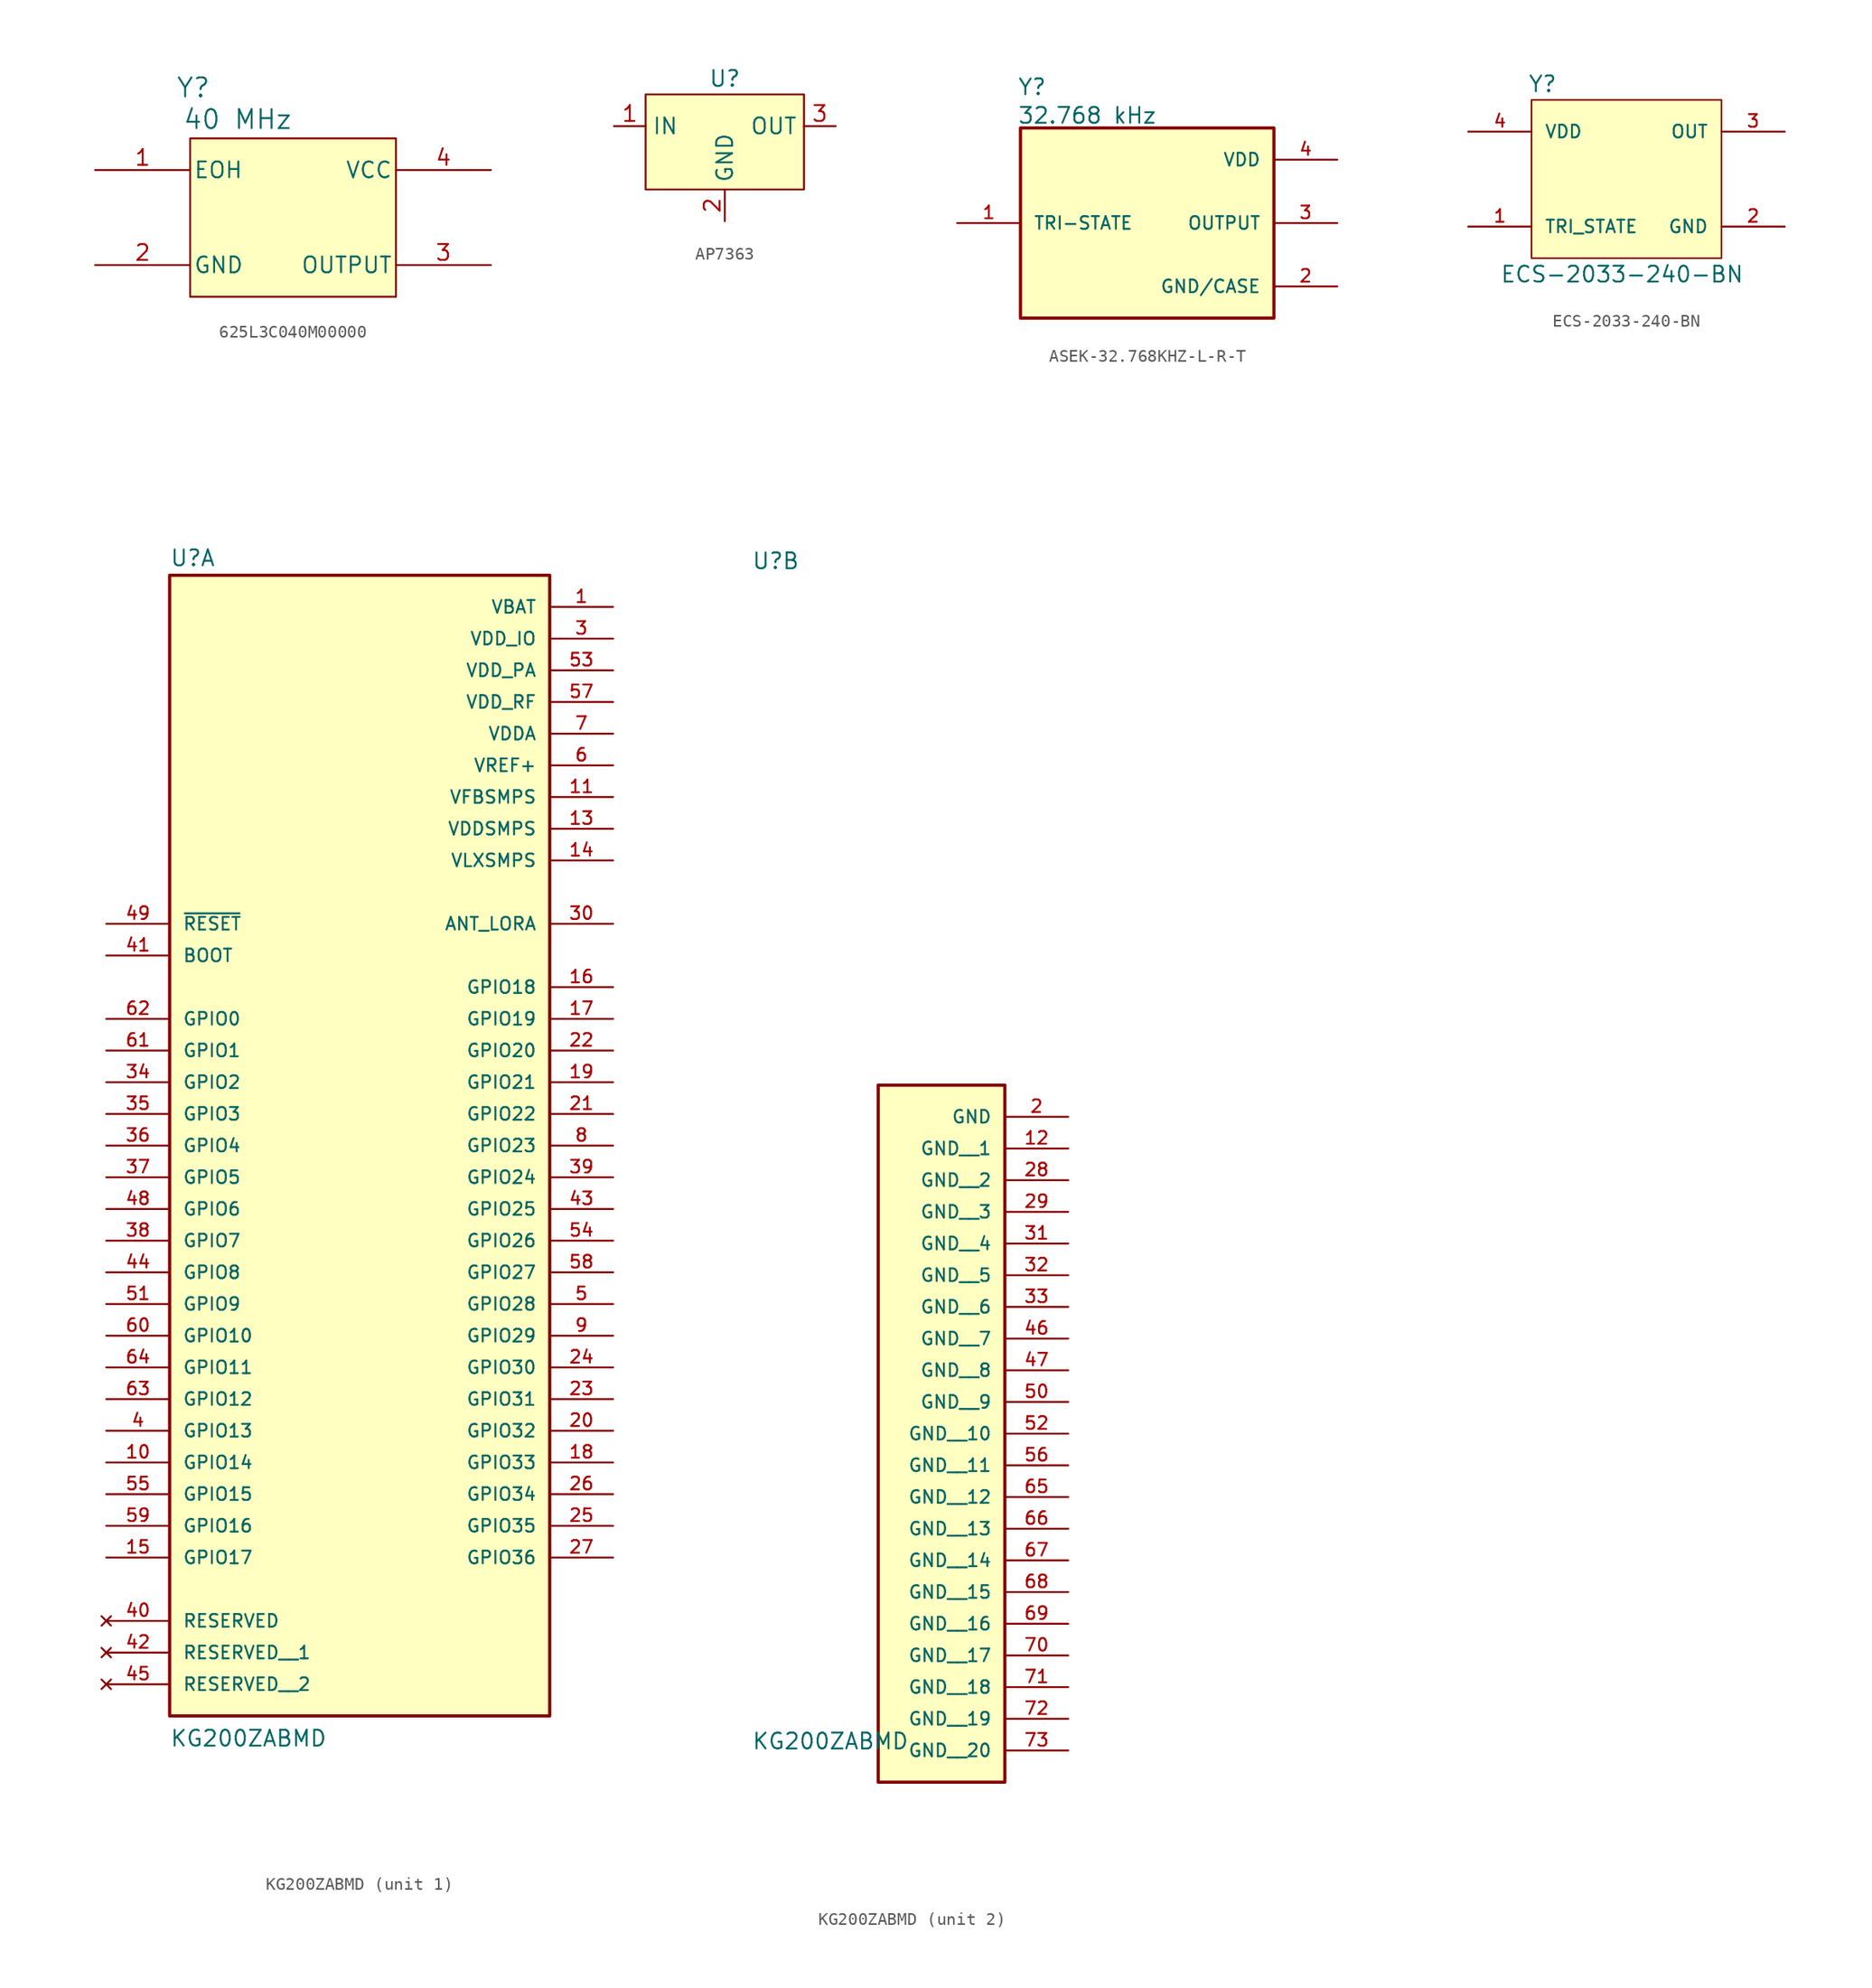
<source format=kicad_sym>
(kicad_symbol_lib
  (version 20241209)
  (generator "kicad_symbol_editor")
  (generator_version "9.0")
  (symbol "625L3C040M00000"
    (pin_names
      (offset 0.254))
    (property "Reference" "Y"
      (at -8.636 5.334 0)
      (effects (font (size 1.524 1.524))))
    (property "Value" "40 MHz"
      (at -5.08 2.794 0)
      (effects (font (size 1.524 1.524))))
    (symbol "625L3C040M00000_0_1"
      (polyline (pts (xy 7.62 -11.43) (xy 7.62 1.27)) (stroke (width 0.127) (type default)) (fill (type none)))
      (pin unspecified line (at -16.51 -1.27 0) (length 7.62) (name "EOH" (effects (font (size 1.27 1.27)))) (number "1" (effects (font (size 1.27 1.27)))))
      (pin power_out line (at -16.51 -8.89 0) (length 7.62) (name "GND" (effects (font (size 1.27 1.27)))) (number "2" (effects (font (size 1.27 1.27)))))
      (pin power_in line (at 15.24 -1.27 180) (length 7.62) (name "VCC" (effects (font (size 1.27 1.27)))) (number "4" (effects (font (size 1.27 1.27)))))
      (pin output line (at 15.24 -8.89 180) (length 7.62) (name "OUTPUT" (effects (font (size 1.27 1.27)))) (number "3" (effects (font (size 1.27 1.27))))))
    (symbol "625L3C040M00000_1_1"
      (rectangle (start -8.89 1.27) (end 7.62 -11.43) (stroke (width 0) (type solid)) (fill (type background)))))
  (symbol "AP7363"
    (property "Reference" "U"
      (at 0 0 0)
      (effects (font (size 1.27 1.27))))
    (property "Value" ""
      (at 0 0 0)
      (effects (font (size 1.27 1.27))))
    (symbol "AP7363_1_1"
      (rectangle (start -6.35 -1.27) (end 6.35 -8.89) (stroke (width 0) (type solid)) (fill (type background)))
      (pin power_in line (at -8.89 -3.81 0) (length 2.54) (name "IN" (effects (font (size 1.27 1.27)))) (number "1" (effects (font (size 1.27 1.27)))))
      (pin power_in line (at 0 -11.43 90) (length 2.54) (name "GND" (effects (font (size 1.27 1.27)))) (number "2" (effects (font (size 1.27 1.27)))))
      (pin power_in line (at 8.89 -3.81 180) (length 2.54) (name "OUT" (effects (font (size 1.27 1.27)))) (number "3" (effects (font (size 1.27 1.27)))))))
  (symbol "ASEK-32.768KHZ-L-R-T"
    (pin_names
      (offset 1.016))
    (property "Reference" "Y"
      (at -5.334 10.16 0)
      (effects (font (size 1.27 1.27)) (justify left bottom)))
    (property "Value" "32.768 kHz"
      (at -5.334 7.874 0)
      (effects (font (size 1.27 1.27)) (justify left bottom)))
    (symbol "ASEK-32.768KHZ-L-R-T_0_0"
      (rectangle (start -5.08 7.62) (end 15.24 -7.62) (stroke (width 0.254) (type default)) (fill (type background)))
      (pin passive line (at -10.16 0 0) (length 5.08) (name "TRI-STATE" (effects (font (size 1.016 1.016)))) (number "1" (effects (font (size 1.016 1.016)))))
      (pin power_in line (at 20.32 5.08 180) (length 5.08) (name "VDD" (effects (font (size 1.016 1.016)))) (number "4" (effects (font (size 1.016 1.016)))))
      (pin output line (at 20.32 0 180) (length 5.08) (name "OUTPUT" (effects (font (size 1.016 1.016)))) (number "3" (effects (font (size 1.016 1.016)))))
      (pin passive line (at 20.32 -5.08 180) (length 5.08) (name "GND/CASE" (effects (font (size 1.016 1.016)))) (number "2" (effects (font (size 1.016 1.016)))))))
  (symbol "ECS-2033-240-BN"
    (pin_names
      (offset 1.016))
    (property "Reference" "Y"
      (at -15.539 8.152 0)
      (effects (font (size 1.27 1.27)) (justify left bottom)))
    (property "Value" "ECS-2033-240-BN"
      (at -17.78 -7.112 0)
      (effects (font (size 1.27 1.27)) (justify left bottom)))
    (symbol "ECS-2033-240-BN_0_0"
      (rectangle (start -15.24 7.62) (end 0 -5.08) (stroke (width 0.127) (type default)) (fill (type background)))
      (pin input line (at -20.32 5.08 0) (length 5.08) (name "VDD" (effects (font (size 1.016 1.016)))) (number "4" (effects (font (size 1.016 1.016)))))
      (pin input line (at -20.32 -2.54 0) (length 5.08) (name "TRI_STATE" (effects (font (size 1.016 1.016)))) (number "1" (effects (font (size 1.016 1.016)))))
      (pin output line (at 5.08 5.08 180) (length 5.08) (name "OUT" (effects (font (size 1.016 1.016)))) (number "3" (effects (font (size 1.016 1.016)))))
      (pin power_in line (at 5.08 -2.54 180) (length 5.08) (name "GND" (effects (font (size 1.016 1.016)))) (number "2" (effects (font (size 1.016 1.016)))))))
  (symbol "KG200ZABMD"
    (pin_names
      (offset 1.016))
    (property "Reference" "U"
      (at -15.24 43.815 0)
      (effects (font (size 1.27 1.27)) (justify left bottom)))
    (property "Value" "KG200ZABMD"
      (at -15.24 -50.8 0)
      (effects (font (size 1.27 1.27)) (justify left bottom)))
    (symbol "KG200ZABMD_1_0"
      (rectangle (start -15.24 -48.26) (end 15.24 43.18) (stroke (width 0.254) (type default)) (fill (type background)))
      (pin input line (at -20.32 15.24 0) (length 5.08) (name "~{RESET}" (effects (font (size 1.016 1.016)))) (number "49" (effects (font (size 1.016 1.016)))))
      (pin input line (at -20.32 12.7 0) (length 5.08) (name "BOOT" (effects (font (size 1.016 1.016)))) (number "41" (effects (font (size 1.016 1.016)))))
      (pin bidirectional line (at -20.32 7.62 0) (length 5.08) (name "GPIO0" (effects (font (size 1.016 1.016)))) (number "62" (effects (font (size 1.016 1.016)))))
      (pin bidirectional line (at -20.32 5.08 0) (length 5.08) (name "GPIO1" (effects (font (size 1.016 1.016)))) (number "61" (effects (font (size 1.016 1.016)))))
      (pin bidirectional line (at -20.32 2.54 0) (length 5.08) (name "GPIO2" (effects (font (size 1.016 1.016)))) (number "34" (effects (font (size 1.016 1.016)))))
      (pin bidirectional line (at -20.32 0 0) (length 5.08) (name "GPIO3" (effects (font (size 1.016 1.016)))) (number "35" (effects (font (size 1.016 1.016)))))
      (pin bidirectional line (at -20.32 -2.54 0) (length 5.08) (name "GPIO4" (effects (font (size 1.016 1.016)))) (number "36" (effects (font (size 1.016 1.016)))))
      (pin bidirectional line (at -20.32 -5.08 0) (length 5.08) (name "GPIO5" (effects (font (size 1.016 1.016)))) (number "37" (effects (font (size 1.016 1.016)))))
      (pin bidirectional line (at -20.32 -7.62 0) (length 5.08) (name "GPIO6" (effects (font (size 1.016 1.016)))) (number "48" (effects (font (size 1.016 1.016)))))
      (pin bidirectional line (at -20.32 -10.16 0) (length 5.08) (name "GPIO7" (effects (font (size 1.016 1.016)))) (number "38" (effects (font (size 1.016 1.016)))))
      (pin bidirectional line (at -20.32 -12.7 0) (length 5.08) (name "GPIO8" (effects (font (size 1.016 1.016)))) (number "44" (effects (font (size 1.016 1.016)))))
      (pin bidirectional line (at -20.32 -15.24 0) (length 5.08) (name "GPIO9" (effects (font (size 1.016 1.016)))) (number "51" (effects (font (size 1.016 1.016)))))
      (pin bidirectional line (at -20.32 -17.78 0) (length 5.08) (name "GPIO10" (effects (font (size 1.016 1.016)))) (number "60" (effects (font (size 1.016 1.016)))))
      (pin bidirectional line (at -20.32 -20.32 0) (length 5.08) (name "GPIO11" (effects (font (size 1.016 1.016)))) (number "64" (effects (font (size 1.016 1.016)))))
      (pin bidirectional line (at -20.32 -22.86 0) (length 5.08) (name "GPIO12" (effects (font (size 1.016 1.016)))) (number "63" (effects (font (size 1.016 1.016)))))
      (pin bidirectional line (at -20.32 -25.4 0) (length 5.08) (name "GPIO13" (effects (font (size 1.016 1.016)))) (number "4" (effects (font (size 1.016 1.016)))))
      (pin bidirectional line (at -20.32 -27.94 0) (length 5.08) (name "GPIO14" (effects (font (size 1.016 1.016)))) (number "10" (effects (font (size 1.016 1.016)))))
      (pin bidirectional line (at -20.32 -30.48 0) (length 5.08) (name "GPIO15" (effects (font (size 1.016 1.016)))) (number "55" (effects (font (size 1.016 1.016)))))
      (pin bidirectional line (at -20.32 -33.02 0) (length 5.08) (name "GPIO16" (effects (font (size 1.016 1.016)))) (number "59" (effects (font (size 1.016 1.016)))))
      (pin bidirectional line (at -20.32 -35.56 0) (length 5.08) (name "GPIO17" (effects (font (size 1.016 1.016)))) (number "15" (effects (font (size 1.016 1.016)))))
      (pin no_connect line (at -20.32 -40.64 0) (length 5.08) (name "RESERVED" (effects (font (size 1.016 1.016)))) (number "40" (effects (font (size 1.016 1.016)))))
      (pin no_connect line (at -20.32 -43.18 0) (length 5.08) (name "RESERVED__1" (effects (font (size 1.016 1.016)))) (number "42" (effects (font (size 1.016 1.016)))))
      (pin no_connect line (at -20.32 -45.72 0) (length 5.08) (name "RESERVED__2" (effects (font (size 1.016 1.016)))) (number "45" (effects (font (size 1.016 1.016)))))
      (pin power_in line (at 20.32 40.64 180) (length 5.08) (name "VBAT" (effects (font (size 1.016 1.016)))) (number "1" (effects (font (size 1.016 1.016)))))
      (pin power_in line (at 20.32 38.1 180) (length 5.08) (name "VDD_IO" (effects (font (size 1.016 1.016)))) (number "3" (effects (font (size 1.016 1.016)))))
      (pin power_in line (at 20.32 35.56 180) (length 5.08) (name "VDD_PA" (effects (font (size 1.016 1.016)))) (number "53" (effects (font (size 1.016 1.016)))))
      (pin power_in line (at 20.32 33.02 180) (length 5.08) (name "VDD_RF" (effects (font (size 1.016 1.016)))) (number "57" (effects (font (size 1.016 1.016)))))
      (pin power_in line (at 20.32 30.48 180) (length 5.08) (name "VDDA" (effects (font (size 1.016 1.016)))) (number "7" (effects (font (size 1.016 1.016)))))
      (pin power_in line (at 20.32 27.94 180) (length 5.08) (name "VREF+" (effects (font (size 1.016 1.016)))) (number "6" (effects (font (size 1.016 1.016)))))
      (pin power_in line (at 20.32 25.4 180) (length 5.08) (name "VFBSMPS" (effects (font (size 1.016 1.016)))) (number "11" (effects (font (size 1.016 1.016)))))
      (pin power_in line (at 20.32 22.86 180) (length 5.08) (name "VDDSMPS" (effects (font (size 1.016 1.016)))) (number "13" (effects (font (size 1.016 1.016)))))
      (pin power_in line (at 20.32 20.32 180) (length 5.08) (name "VLXSMPS" (effects (font (size 1.016 1.016)))) (number "14" (effects (font (size 1.016 1.016)))))
      (pin bidirectional line (at 20.32 15.24 180) (length 5.08) (name "ANT_LORA" (effects (font (size 1.016 1.016)))) (number "30" (effects (font (size 1.016 1.016)))))
      (pin bidirectional line (at 20.32 10.16 180) (length 5.08) (name "GPIO18" (effects (font (size 1.016 1.016)))) (number "16" (effects (font (size 1.016 1.016)))))
      (pin bidirectional line (at 20.32 7.62 180) (length 5.08) (name "GPIO19" (effects (font (size 1.016 1.016)))) (number "17" (effects (font (size 1.016 1.016)))))
      (pin bidirectional line (at 20.32 5.08 180) (length 5.08) (name "GPIO20" (effects (font (size 1.016 1.016)))) (number "22" (effects (font (size 1.016 1.016)))))
      (pin bidirectional line (at 20.32 2.54 180) (length 5.08) (name "GPIO21" (effects (font (size 1.016 1.016)))) (number "19" (effects (font (size 1.016 1.016)))))
      (pin bidirectional line (at 20.32 0 180) (length 5.08) (name "GPIO22" (effects (font (size 1.016 1.016)))) (number "21" (effects (font (size 1.016 1.016)))))
      (pin bidirectional line (at 20.32 -2.54 180) (length 5.08) (name "GPIO23" (effects (font (size 1.016 1.016)))) (number "8" (effects (font (size 1.016 1.016)))))
      (pin bidirectional line (at 20.32 -5.08 180) (length 5.08) (name "GPIO24" (effects (font (size 1.016 1.016)))) (number "39" (effects (font (size 1.016 1.016)))))
      (pin bidirectional line (at 20.32 -7.62 180) (length 5.08) (name "GPIO25" (effects (font (size 1.016 1.016)))) (number "43" (effects (font (size 1.016 1.016)))))
      (pin bidirectional line (at 20.32 -10.16 180) (length 5.08) (name "GPIO26" (effects (font (size 1.016 1.016)))) (number "54" (effects (font (size 1.016 1.016)))))
      (pin bidirectional line (at 20.32 -12.7 180) (length 5.08) (name "GPIO27" (effects (font (size 1.016 1.016)))) (number "58" (effects (font (size 1.016 1.016)))))
      (pin bidirectional line (at 20.32 -15.24 180) (length 5.08) (name "GPIO28" (effects (font (size 1.016 1.016)))) (number "5" (effects (font (size 1.016 1.016)))))
      (pin bidirectional line (at 20.32 -17.78 180) (length 5.08) (name "GPIO29" (effects (font (size 1.016 1.016)))) (number "9" (effects (font (size 1.016 1.016)))))
      (pin bidirectional line (at 20.32 -20.32 180) (length 5.08) (name "GPIO30" (effects (font (size 1.016 1.016)))) (number "24" (effects (font (size 1.016 1.016)))))
      (pin bidirectional line (at 20.32 -22.86 180) (length 5.08) (name "GPIO31" (effects (font (size 1.016 1.016)))) (number "23" (effects (font (size 1.016 1.016)))))
      (pin bidirectional line (at 20.32 -25.4 180) (length 5.08) (name "GPIO32" (effects (font (size 1.016 1.016)))) (number "20" (effects (font (size 1.016 1.016)))))
      (pin bidirectional line (at 20.32 -27.94 180) (length 5.08) (name "GPIO33" (effects (font (size 1.016 1.016)))) (number "18" (effects (font (size 1.016 1.016)))))
      (pin bidirectional line (at 20.32 -30.48 180) (length 5.08) (name "GPIO34" (effects (font (size 1.016 1.016)))) (number "26" (effects (font (size 1.016 1.016)))))
      (pin bidirectional line (at 20.32 -33.02 180) (length 5.08) (name "GPIO35" (effects (font (size 1.016 1.016)))) (number "25" (effects (font (size 1.016 1.016)))))
      (pin bidirectional line (at 20.32 -35.56 180) (length 5.08) (name "GPIO36" (effects (font (size 1.016 1.016)))) (number "27" (effects (font (size 1.016 1.016))))))
    (symbol "KG200ZABMD_2_0"
      (rectangle (start -5.08 -53.34) (end 5.08 2.54) (stroke (width 0.254) (type default)) (fill (type background)))
      (pin power_in line (at 10.16 0 180) (length 5.08) (name "GND" (effects (font (size 1.016 1.016)))) (number "2" (effects (font (size 1.016 1.016)))))
      (pin power_in line (at 10.16 -2.54 180) (length 5.08) (name "GND__1" (effects (font (size 1.016 1.016)))) (number "12" (effects (font (size 1.016 1.016)))))
      (pin power_in line (at 10.16 -5.08 180) (length 5.08) (name "GND__2" (effects (font (size 1.016 1.016)))) (number "28" (effects (font (size 1.016 1.016)))))
      (pin power_in line (at 10.16 -7.62 180) (length 5.08) (name "GND__3" (effects (font (size 1.016 1.016)))) (number "29" (effects (font (size 1.016 1.016)))))
      (pin power_in line (at 10.16 -10.16 180) (length 5.08) (name "GND__4" (effects (font (size 1.016 1.016)))) (number "31" (effects (font (size 1.016 1.016)))))
      (pin power_in line (at 10.16 -12.7 180) (length 5.08) (name "GND__5" (effects (font (size 1.016 1.016)))) (number "32" (effects (font (size 1.016 1.016)))))
      (pin power_in line (at 10.16 -15.24 180) (length 5.08) (name "GND__6" (effects (font (size 1.016 1.016)))) (number "33" (effects (font (size 1.016 1.016)))))
      (pin power_in line (at 10.16 -17.78 180) (length 5.08) (name "GND__7" (effects (font (size 1.016 1.016)))) (number "46" (effects (font (size 1.016 1.016)))))
      (pin power_in line (at 10.16 -20.32 180) (length 5.08) (name "GND__8" (effects (font (size 1.016 1.016)))) (number "47" (effects (font (size 1.016 1.016)))))
      (pin power_in line (at 10.16 -22.86 180) (length 5.08) (name "GND__9" (effects (font (size 1.016 1.016)))) (number "50" (effects (font (size 1.016 1.016)))))
      (pin power_in line (at 10.16 -25.4 180) (length 5.08) (name "GND__10" (effects (font (size 1.016 1.016)))) (number "52" (effects (font (size 1.016 1.016)))))
      (pin power_in line (at 10.16 -27.94 180) (length 5.08) (name "GND__11" (effects (font (size 1.016 1.016)))) (number "56" (effects (font (size 1.016 1.016)))))
      (pin power_in line (at 10.16 -30.48 180) (length 5.08) (name "GND__12" (effects (font (size 1.016 1.016)))) (number "65" (effects (font (size 1.016 1.016)))))
      (pin power_in line (at 10.16 -33.02 180) (length 5.08) (name "GND__13" (effects (font (size 1.016 1.016)))) (number "66" (effects (font (size 1.016 1.016)))))
      (pin power_in line (at 10.16 -35.56 180) (length 5.08) (name "GND__14" (effects (font (size 1.016 1.016)))) (number "67" (effects (font (size 1.016 1.016)))))
      (pin power_in line (at 10.16 -38.1 180) (length 5.08) (name "GND__15" (effects (font (size 1.016 1.016)))) (number "68" (effects (font (size 1.016 1.016)))))
      (pin power_in line (at 10.16 -40.64 180) (length 5.08) (name "GND__16" (effects (font (size 1.016 1.016)))) (number "69" (effects (font (size 1.016 1.016)))))
      (pin power_in line (at 10.16 -43.18 180) (length 5.08) (name "GND__17" (effects (font (size 1.016 1.016)))) (number "70" (effects (font (size 1.016 1.016)))))
      (pin power_in line (at 10.16 -45.72 180) (length 5.08) (name "GND__18" (effects (font (size 1.016 1.016)))) (number "71" (effects (font (size 1.016 1.016)))))
      (pin power_in line (at 10.16 -48.26 180) (length 5.08) (name "GND__19" (effects (font (size 1.016 1.016)))) (number "72" (effects (font (size 1.016 1.016)))))
      (pin power_in line (at 10.16 -50.8 180) (length 5.08) (name "GND__20" (effects (font (size 1.016 1.016)))) (number "73" (effects (font (size 1.016 1.016))))))))
</source>
